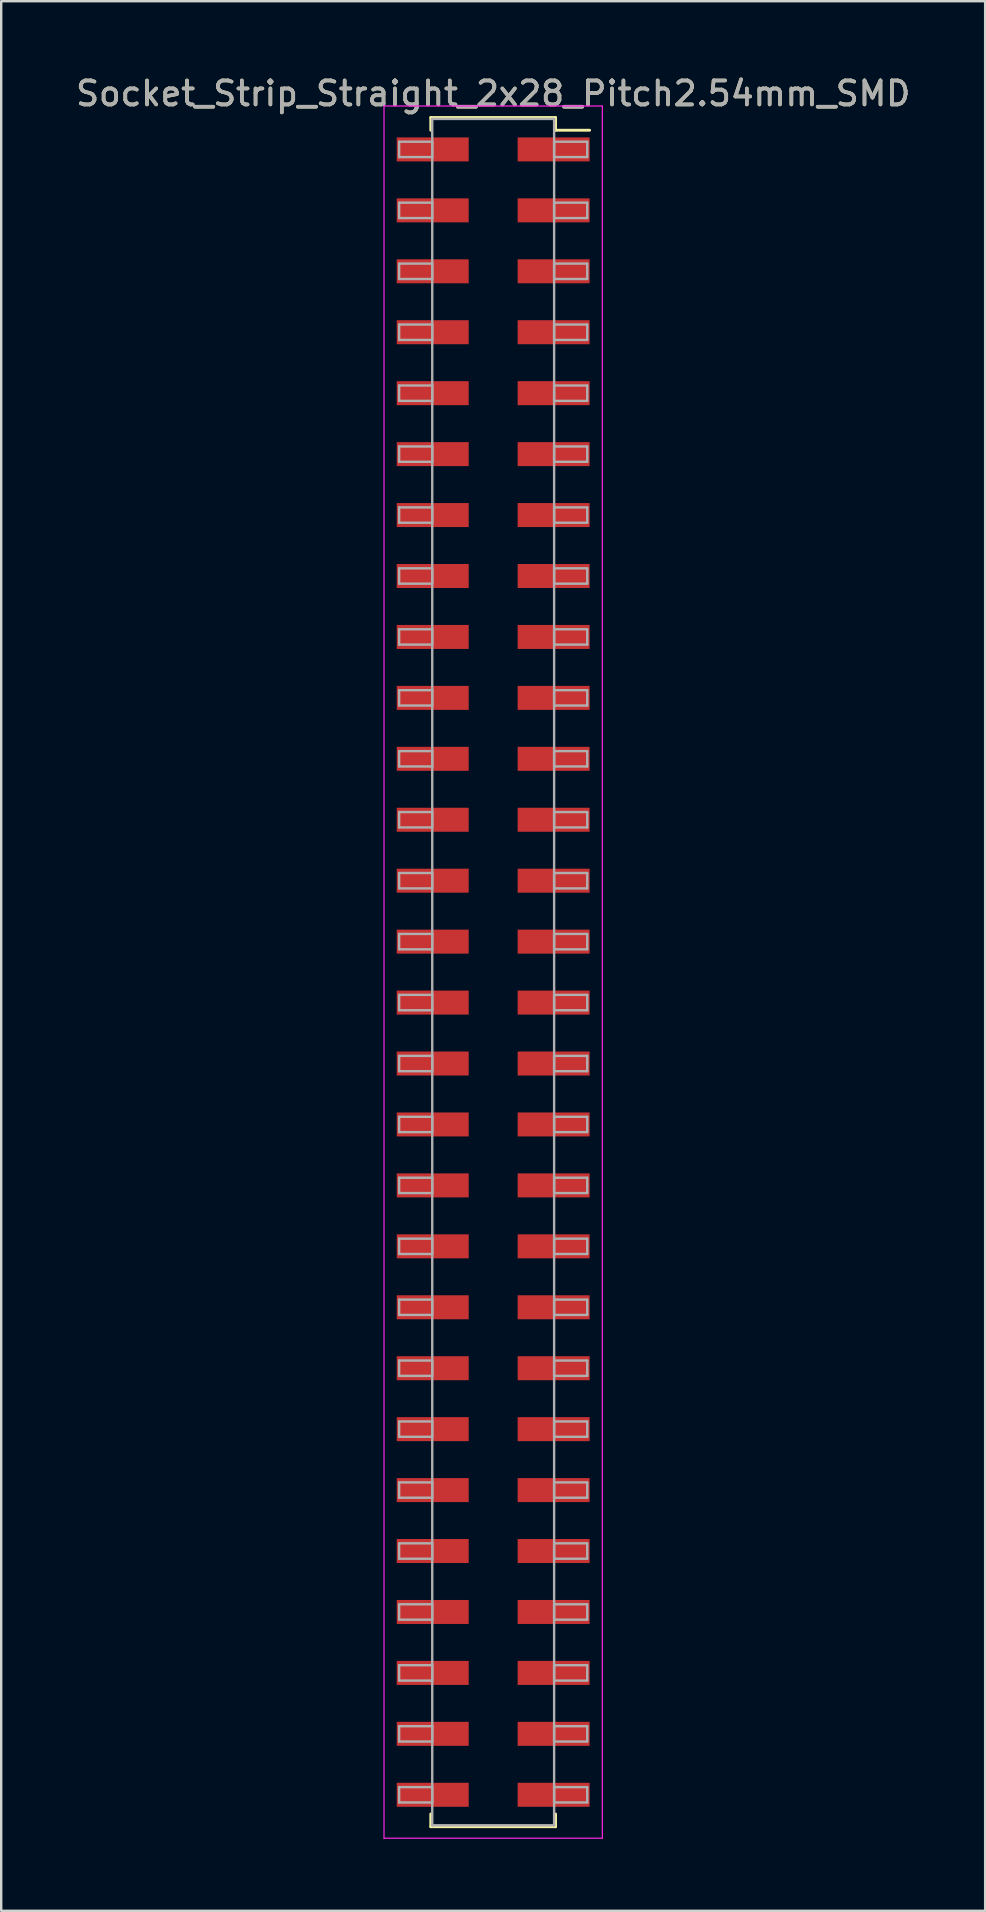
<source format=kicad_pcb>
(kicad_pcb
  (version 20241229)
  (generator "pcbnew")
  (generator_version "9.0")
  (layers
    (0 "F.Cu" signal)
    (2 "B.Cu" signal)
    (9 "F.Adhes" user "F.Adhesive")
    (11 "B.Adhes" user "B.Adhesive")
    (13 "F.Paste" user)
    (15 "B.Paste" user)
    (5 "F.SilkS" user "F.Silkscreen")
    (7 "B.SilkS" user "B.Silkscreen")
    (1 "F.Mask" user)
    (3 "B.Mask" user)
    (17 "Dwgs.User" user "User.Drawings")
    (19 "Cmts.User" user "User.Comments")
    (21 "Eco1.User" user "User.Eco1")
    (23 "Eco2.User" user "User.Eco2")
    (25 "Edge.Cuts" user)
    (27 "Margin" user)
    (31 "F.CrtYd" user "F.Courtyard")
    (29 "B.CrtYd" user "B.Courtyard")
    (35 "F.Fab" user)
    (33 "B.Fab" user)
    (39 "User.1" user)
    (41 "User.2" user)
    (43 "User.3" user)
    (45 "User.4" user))
  (footprint "Socket_Strip_Straight_2x28_Pitch2.54mm_SMD"
    (layer "F.Cu")
    (at 17.506 37.468)
    (property "Reference" "Socket_Strip_Straight_2x28_Pitch2.54mm_SMD" (at 0 -36.62 0) (layer "F.SilkS") (effects (font (size 1 1) (thickness 0.15))))
    (attr smd)
    (fp_line (start -2.6 -35.62) (end 2.6 -35.62) (stroke (width 0.12) (type solid)) (layer "F.SilkS"))
    (fp_line (start -2.6 -35.09) (end -2.6 -35.62) (stroke (width 0.12) (type solid)) (layer "F.SilkS"))
    (fp_line (start -2.6 35.09) (end -2.6 35.62) (stroke (width 0.12) (type solid)) (layer "F.SilkS"))
    (fp_line (start -2.6 35.62) (end 2.6 35.62) (stroke (width 0.12) (type solid)) (layer "F.SilkS"))
    (fp_line (start 2.6 -35.62) (end 2.6 -35.09) (stroke (width 0.12) (type solid)) (layer "F.SilkS"))
    (fp_line (start 2.6 35.62) (end 2.6 35.09) (stroke (width 0.12) (type solid)) (layer "F.SilkS"))
    (fp_line (start 4.02 -35.09) (end 2.6 -35.09) (stroke (width 0.12) (type solid)) (layer "F.SilkS"))
    (fp_line (start -4.55 -36.1) (end -4.55 36.1) (stroke (width 0.05) (type solid)) (layer "F.CrtYd"))
    (fp_line (start -4.55 36.1) (end 4.55 36.1) (stroke (width 0.05) (type solid)) (layer "F.CrtYd"))
    (fp_line (start 4.55 -36.1) (end -4.55 -36.1) (stroke (width 0.05) (type solid)) (layer "F.CrtYd"))
    (fp_line (start 4.55 36.1) (end 4.55 -36.1) (stroke (width 0.05) (type solid)) (layer "F.CrtYd"))
    (fp_line (start -3.92 -34.61) (end -2.54 -34.61) (stroke (width 0.1) (type solid)) (layer "F.Fab"))
    (fp_line (start -3.92 -33.97) (end -3.92 -34.61) (stroke (width 0.1) (type solid)) (layer "F.Fab"))
    (fp_line (start -3.92 -32.07) (end -2.54 -32.07) (stroke (width 0.1) (type solid)) (layer "F.Fab"))
    (fp_line (start -3.92 -31.43) (end -3.92 -32.07) (stroke (width 0.1) (type solid)) (layer "F.Fab"))
    (fp_line (start -3.92 -29.53) (end -2.54 -29.53) (stroke (width 0.1) (type solid)) (layer "F.Fab"))
    (fp_line (start -3.92 -28.89) (end -3.92 -29.53) (stroke (width 0.1) (type solid)) (layer "F.Fab"))
    (fp_line (start -3.92 -26.99) (end -2.54 -26.99) (stroke (width 0.1) (type solid)) (layer "F.Fab"))
    (fp_line (start -3.92 -26.35) (end -3.92 -26.99) (stroke (width 0.1) (type solid)) (layer "F.Fab"))
    (fp_line (start -3.92 -24.45) (end -2.54 -24.45) (stroke (width 0.1) (type solid)) (layer "F.Fab"))
    (fp_line (start -3.92 -23.81) (end -3.92 -24.45) (stroke (width 0.1) (type solid)) (layer "F.Fab"))
    (fp_line (start -3.92 -21.91) (end -2.54 -21.91) (stroke (width 0.1) (type solid)) (layer "F.Fab"))
    (fp_line (start -3.92 -21.27) (end -3.92 -21.91) (stroke (width 0.1) (type solid)) (layer "F.Fab"))
    (fp_line (start -3.92 -19.37) (end -2.54 -19.37) (stroke (width 0.1) (type solid)) (layer "F.Fab"))
    (fp_line (start -3.92 -18.73) (end -3.92 -19.37) (stroke (width 0.1) (type solid)) (layer "F.Fab"))
    (fp_line (start -3.92 -16.83) (end -2.54 -16.83) (stroke (width 0.1) (type solid)) (layer "F.Fab"))
    (fp_line (start -3.92 -16.19) (end -3.92 -16.83) (stroke (width 0.1) (type solid)) (layer "F.Fab"))
    (fp_line (start -3.92 -14.29) (end -2.54 -14.29) (stroke (width 0.1) (type solid)) (layer "F.Fab"))
    (fp_line (start -3.92 -13.65) (end -3.92 -14.29) (stroke (width 0.1) (type solid)) (layer "F.Fab"))
    (fp_line (start -3.92 -11.75) (end -2.54 -11.75) (stroke (width 0.1) (type solid)) (layer "F.Fab"))
    (fp_line (start -3.92 -11.11) (end -3.92 -11.75) (stroke (width 0.1) (type solid)) (layer "F.Fab"))
    (fp_line (start -3.92 -9.21) (end -2.54 -9.21) (stroke (width 0.1) (type solid)) (layer "F.Fab"))
    (fp_line (start -3.92 -8.57) (end -3.92 -9.21) (stroke (width 0.1) (type solid)) (layer "F.Fab"))
    (fp_line (start -3.92 -6.67) (end -2.54 -6.67) (stroke (width 0.1) (type solid)) (layer "F.Fab"))
    (fp_line (start -3.92 -6.03) (end -3.92 -6.67) (stroke (width 0.1) (type solid)) (layer "F.Fab"))
    (fp_line (start -3.92 -4.13) (end -2.54 -4.13) (stroke (width 0.1) (type solid)) (layer "F.Fab"))
    (fp_line (start -3.92 -3.49) (end -3.92 -4.13) (stroke (width 0.1) (type solid)) (layer "F.Fab"))
    (fp_line (start -3.92 -1.59) (end -2.54 -1.59) (stroke (width 0.1) (type solid)) (layer "F.Fab"))
    (fp_line (start -3.92 -0.95) (end -3.92 -1.59) (stroke (width 0.1) (type solid)) (layer "F.Fab"))
    (fp_line (start -3.92 0.95) (end -2.54 0.95) (stroke (width 0.1) (type solid)) (layer "F.Fab"))
    (fp_line (start -3.92 1.59) (end -3.92 0.95) (stroke (width 0.1) (type solid)) (layer "F.Fab"))
    (fp_line (start -3.92 3.49) (end -2.54 3.49) (stroke (width 0.1) (type solid)) (layer "F.Fab"))
    (fp_line (start -3.92 4.13) (end -3.92 3.49) (stroke (width 0.1) (type solid)) (layer "F.Fab"))
    (fp_line (start -3.92 6.03) (end -2.54 6.03) (stroke (width 0.1) (type solid)) (layer "F.Fab"))
    (fp_line (start -3.92 6.67) (end -3.92 6.03) (stroke (width 0.1) (type solid)) (layer "F.Fab"))
    (fp_line (start -3.92 8.57) (end -2.54 8.57) (stroke (width 0.1) (type solid)) (layer "F.Fab"))
    (fp_line (start -3.92 9.21) (end -3.92 8.57) (stroke (width 0.1) (type solid)) (layer "F.Fab"))
    (fp_line (start -3.92 11.11) (end -2.54 11.11) (stroke (width 0.1) (type solid)) (layer "F.Fab"))
    (fp_line (start -3.92 11.75) (end -3.92 11.11) (stroke (width 0.1) (type solid)) (layer "F.Fab"))
    (fp_line (start -3.92 13.65) (end -2.54 13.65) (stroke (width 0.1) (type solid)) (layer "F.Fab"))
    (fp_line (start -3.92 14.29) (end -3.92 13.65) (stroke (width 0.1) (type solid)) (layer "F.Fab"))
    (fp_line (start -3.92 16.19) (end -2.54 16.19) (stroke (width 0.1) (type solid)) (layer "F.Fab"))
    (fp_line (start -3.92 16.83) (end -3.92 16.19) (stroke (width 0.1) (type solid)) (layer "F.Fab"))
    (fp_line (start -3.92 18.73) (end -2.54 18.73) (stroke (width 0.1) (type solid)) (layer "F.Fab"))
    (fp_line (start -3.92 19.37) (end -3.92 18.73) (stroke (width 0.1) (type solid)) (layer "F.Fab"))
    (fp_line (start -3.92 21.27) (end -2.54 21.27) (stroke (width 0.1) (type solid)) (layer "F.Fab"))
    (fp_line (start -3.92 21.91) (end -3.92 21.27) (stroke (width 0.1) (type solid)) (layer "F.Fab"))
    (fp_line (start -3.92 23.81) (end -2.54 23.81) (stroke (width 0.1) (type solid)) (layer "F.Fab"))
    (fp_line (start -3.92 24.45) (end -3.92 23.81) (stroke (width 0.1) (type solid)) (layer "F.Fab"))
    (fp_line (start -3.92 26.35) (end -2.54 26.35) (stroke (width 0.1) (type solid)) (layer "F.Fab"))
    (fp_line (start -3.92 26.99) (end -3.92 26.35) (stroke (width 0.1) (type solid)) (layer "F.Fab"))
    (fp_line (start -3.92 28.89) (end -2.54 28.89) (stroke (width 0.1) (type solid)) (layer "F.Fab"))
    (fp_line (start -3.92 29.53) (end -3.92 28.89) (stroke (width 0.1) (type solid)) (layer "F.Fab"))
    (fp_line (start -3.92 31.43) (end -2.54 31.43) (stroke (width 0.1) (type solid)) (layer "F.Fab"))
    (fp_line (start -3.92 32.07) (end -3.92 31.43) (stroke (width 0.1) (type solid)) (layer "F.Fab"))
    (fp_line (start -3.92 33.97) (end -2.54 33.97) (stroke (width 0.1) (type solid)) (layer "F.Fab"))
    (fp_line (start -3.92 34.61) (end -3.92 33.97) (stroke (width 0.1) (type solid)) (layer "F.Fab"))
    (fp_line (start -2.54 -35.56) (end -2.54 35.56) (stroke (width 0.1) (type solid)) (layer "F.Fab"))
    (fp_line (start -2.54 -34.61) (end -2.54 -33.97) (stroke (width 0.1) (type solid)) (layer "F.Fab"))
    (fp_line (start -2.54 -33.97) (end -3.92 -33.97) (stroke (width 0.1) (type solid)) (layer "F.Fab"))
    (fp_line (start -2.54 -32.07) (end -2.54 -31.43) (stroke (width 0.1) (type solid)) (layer "F.Fab"))
    (fp_line (start -2.54 -31.43) (end -3.92 -31.43) (stroke (width 0.1) (type solid)) (layer "F.Fab"))
    (fp_line (start -2.54 -29.53) (end -2.54 -28.89) (stroke (width 0.1) (type solid)) (layer "F.Fab"))
    (fp_line (start -2.54 -28.89) (end -3.92 -28.89) (stroke (width 0.1) (type solid)) (layer "F.Fab"))
    (fp_line (start -2.54 -26.99) (end -2.54 -26.35) (stroke (width 0.1) (type solid)) (layer "F.Fab"))
    (fp_line (start -2.54 -26.35) (end -3.92 -26.35) (stroke (width 0.1) (type solid)) (layer "F.Fab"))
    (fp_line (start -2.54 -24.45) (end -2.54 -23.81) (stroke (width 0.1) (type solid)) (layer "F.Fab"))
    (fp_line (start -2.54 -23.81) (end -3.92 -23.81) (stroke (width 0.1) (type solid)) (layer "F.Fab"))
    (fp_line (start -2.54 -21.91) (end -2.54 -21.27) (stroke (width 0.1) (type solid)) (layer "F.Fab"))
    (fp_line (start -2.54 -21.27) (end -3.92 -21.27) (stroke (width 0.1) (type solid)) (layer "F.Fab"))
    (fp_line (start -2.54 -19.37) (end -2.54 -18.73) (stroke (width 0.1) (type solid)) (layer "F.Fab"))
    (fp_line (start -2.54 -18.73) (end -3.92 -18.73) (stroke (width 0.1) (type solid)) (layer "F.Fab"))
    (fp_line (start -2.54 -16.83) (end -2.54 -16.19) (stroke (width 0.1) (type solid)) (layer "F.Fab"))
    (fp_line (start -2.54 -16.19) (end -3.92 -16.19) (stroke (width 0.1) (type solid)) (layer "F.Fab"))
    (fp_line (start -2.54 -14.29) (end -2.54 -13.65) (stroke (width 0.1) (type solid)) (layer "F.Fab"))
    (fp_line (start -2.54 -13.65) (end -3.92 -13.65) (stroke (width 0.1) (type solid)) (layer "F.Fab"))
    (fp_line (start -2.54 -11.75) (end -2.54 -11.11) (stroke (width 0.1) (type solid)) (layer "F.Fab"))
    (fp_line (start -2.54 -11.11) (end -3.92 -11.11) (stroke (width 0.1) (type solid)) (layer "F.Fab"))
    (fp_line (start -2.54 -9.21) (end -2.54 -8.57) (stroke (width 0.1) (type solid)) (layer "F.Fab"))
    (fp_line (start -2.54 -8.57) (end -3.92 -8.57) (stroke (width 0.1) (type solid)) (layer "F.Fab"))
    (fp_line (start -2.54 -6.67) (end -2.54 -6.03) (stroke (width 0.1) (type solid)) (layer "F.Fab"))
    (fp_line (start -2.54 -6.03) (end -3.92 -6.03) (stroke (width 0.1) (type solid)) (layer "F.Fab"))
    (fp_line (start -2.54 -4.13) (end -2.54 -3.49) (stroke (width 0.1) (type solid)) (layer "F.Fab"))
    (fp_line (start -2.54 -3.49) (end -3.92 -3.49) (stroke (width 0.1) (type solid)) (layer "F.Fab"))
    (fp_line (start -2.54 -1.59) (end -2.54 -0.95) (stroke (width 0.1) (type solid)) (layer "F.Fab"))
    (fp_line (start -2.54 -0.95) (end -3.92 -0.95) (stroke (width 0.1) (type solid)) (layer "F.Fab"))
    (fp_line (start -2.54 0.95) (end -2.54 1.59) (stroke (width 0.1) (type solid)) (layer "F.Fab"))
    (fp_line (start -2.54 1.59) (end -3.92 1.59) (stroke (width 0.1) (type solid)) (layer "F.Fab"))
    (fp_line (start -2.54 3.49) (end -2.54 4.13) (stroke (width 0.1) (type solid)) (layer "F.Fab"))
    (fp_line (start -2.54 4.13) (end -3.92 4.13) (stroke (width 0.1) (type solid)) (layer "F.Fab"))
    (fp_line (start -2.54 6.03) (end -2.54 6.67) (stroke (width 0.1) (type solid)) (layer "F.Fab"))
    (fp_line (start -2.54 6.67) (end -3.92 6.67) (stroke (width 0.1) (type solid)) (layer "F.Fab"))
    (fp_line (start -2.54 8.57) (end -2.54 9.21) (stroke (width 0.1) (type solid)) (layer "F.Fab"))
    (fp_line (start -2.54 9.21) (end -3.92 9.21) (stroke (width 0.1) (type solid)) (layer "F.Fab"))
    (fp_line (start -2.54 11.11) (end -2.54 11.75) (stroke (width 0.1) (type solid)) (layer "F.Fab"))
    (fp_line (start -2.54 11.75) (end -3.92 11.75) (stroke (width 0.1) (type solid)) (layer "F.Fab"))
    (fp_line (start -2.54 13.65) (end -2.54 14.29) (stroke (width 0.1) (type solid)) (layer "F.Fab"))
    (fp_line (start -2.54 14.29) (end -3.92 14.29) (stroke (width 0.1) (type solid)) (layer "F.Fab"))
    (fp_line (start -2.54 16.19) (end -2.54 16.83) (stroke (width 0.1) (type solid)) (layer "F.Fab"))
    (fp_line (start -2.54 16.83) (end -3.92 16.83) (stroke (width 0.1) (type solid)) (layer "F.Fab"))
    (fp_line (start -2.54 18.73) (end -2.54 19.37) (stroke (width 0.1) (type solid)) (layer "F.Fab"))
    (fp_line (start -2.54 19.37) (end -3.92 19.37) (stroke (width 0.1) (type solid)) (layer "F.Fab"))
    (fp_line (start -2.54 21.27) (end -2.54 21.91) (stroke (width 0.1) (type solid)) (layer "F.Fab"))
    (fp_line (start -2.54 21.91) (end -3.92 21.91) (stroke (width 0.1) (type solid)) (layer "F.Fab"))
    (fp_line (start -2.54 23.81) (end -2.54 24.45) (stroke (width 0.1) (type solid)) (layer "F.Fab"))
    (fp_line (start -2.54 24.45) (end -3.92 24.45) (stroke (width 0.1) (type solid)) (layer "F.Fab"))
    (fp_line (start -2.54 26.35) (end -2.54 26.99) (stroke (width 0.1) (type solid)) (layer "F.Fab"))
    (fp_line (start -2.54 26.99) (end -3.92 26.99) (stroke (width 0.1) (type solid)) (layer "F.Fab"))
    (fp_line (start -2.54 28.89) (end -2.54 29.53) (stroke (width 0.1) (type solid)) (layer "F.Fab"))
    (fp_line (start -2.54 29.53) (end -3.92 29.53) (stroke (width 0.1) (type solid)) (layer "F.Fab"))
    (fp_line (start -2.54 31.43) (end -2.54 32.07) (stroke (width 0.1) (type solid)) (layer "F.Fab"))
    (fp_line (start -2.54 32.07) (end -3.92 32.07) (stroke (width 0.1) (type solid)) (layer "F.Fab"))
    (fp_line (start -2.54 33.97) (end -2.54 34.61) (stroke (width 0.1) (type solid)) (layer "F.Fab"))
    (fp_line (start -2.54 34.61) (end -3.92 34.61) (stroke (width 0.1) (type solid)) (layer "F.Fab"))
    (fp_line (start -2.54 35.56) (end 2.54 35.56) (stroke (width 0.1) (type solid)) (layer "F.Fab"))
    (fp_line (start 2.54 -35.56) (end -2.54 -35.56) (stroke (width 0.1) (type solid)) (layer "F.Fab"))
    (fp_line (start 2.54 -34.61) (end 2.54 -33.97) (stroke (width 0.1) (type solid)) (layer "F.Fab"))
    (fp_line (start 2.54 -33.97) (end 3.92 -33.97) (stroke (width 0.1) (type solid)) (layer "F.Fab"))
    (fp_line (start 2.54 -32.07) (end 2.54 -31.43) (stroke (width 0.1) (type solid)) (layer "F.Fab"))
    (fp_line (start 2.54 -31.43) (end 3.92 -31.43) (stroke (width 0.1) (type solid)) (layer "F.Fab"))
    (fp_line (start 2.54 -29.53) (end 2.54 -28.89) (stroke (width 0.1) (type solid)) (layer "F.Fab"))
    (fp_line (start 2.54 -28.89) (end 3.92 -28.89) (stroke (width 0.1) (type solid)) (layer "F.Fab"))
    (fp_line (start 2.54 -26.99) (end 2.54 -26.35) (stroke (width 0.1) (type solid)) (layer "F.Fab"))
    (fp_line (start 2.54 -26.35) (end 3.92 -26.35) (stroke (width 0.1) (type solid)) (layer "F.Fab"))
    (fp_line (start 2.54 -24.45) (end 2.54 -23.81) (stroke (width 0.1) (type solid)) (layer "F.Fab"))
    (fp_line (start 2.54 -23.81) (end 3.92 -23.81) (stroke (width 0.1) (type solid)) (layer "F.Fab"))
    (fp_line (start 2.54 -21.91) (end 2.54 -21.27) (stroke (width 0.1) (type solid)) (layer "F.Fab"))
    (fp_line (start 2.54 -21.27) (end 3.92 -21.27) (stroke (width 0.1) (type solid)) (layer "F.Fab"))
    (fp_line (start 2.54 -19.37) (end 2.54 -18.73) (stroke (width 0.1) (type solid)) (layer "F.Fab"))
    (fp_line (start 2.54 -18.73) (end 3.92 -18.73) (stroke (width 0.1) (type solid)) (layer "F.Fab"))
    (fp_line (start 2.54 -16.83) (end 2.54 -16.19) (stroke (width 0.1) (type solid)) (layer "F.Fab"))
    (fp_line (start 2.54 -16.19) (end 3.92 -16.19) (stroke (width 0.1) (type solid)) (layer "F.Fab"))
    (fp_line (start 2.54 -14.29) (end 2.54 -13.65) (stroke (width 0.1) (type solid)) (layer "F.Fab"))
    (fp_line (start 2.54 -13.65) (end 3.92 -13.65) (stroke (width 0.1) (type solid)) (layer "F.Fab"))
    (fp_line (start 2.54 -11.75) (end 2.54 -11.11) (stroke (width 0.1) (type solid)) (layer "F.Fab"))
    (fp_line (start 2.54 -11.11) (end 3.92 -11.11) (stroke (width 0.1) (type solid)) (layer "F.Fab"))
    (fp_line (start 2.54 -9.21) (end 2.54 -8.57) (stroke (width 0.1) (type solid)) (layer "F.Fab"))
    (fp_line (start 2.54 -8.57) (end 3.92 -8.57) (stroke (width 0.1) (type solid)) (layer "F.Fab"))
    (fp_line (start 2.54 -6.67) (end 2.54 -6.03) (stroke (width 0.1) (type solid)) (layer "F.Fab"))
    (fp_line (start 2.54 -6.03) (end 3.92 -6.03) (stroke (width 0.1) (type solid)) (layer "F.Fab"))
    (fp_line (start 2.54 -4.13) (end 2.54 -3.49) (stroke (width 0.1) (type solid)) (layer "F.Fab"))
    (fp_line (start 2.54 -3.49) (end 3.92 -3.49) (stroke (width 0.1) (type solid)) (layer "F.Fab"))
    (fp_line (start 2.54 -1.59) (end 2.54 -0.95) (stroke (width 0.1) (type solid)) (layer "F.Fab"))
    (fp_line (start 2.54 -0.95) (end 3.92 -0.95) (stroke (width 0.1) (type solid)) (layer "F.Fab"))
    (fp_line (start 2.54 0.95) (end 2.54 1.59) (stroke (width 0.1) (type solid)) (layer "F.Fab"))
    (fp_line (start 2.54 1.59) (end 3.92 1.59) (stroke (width 0.1) (type solid)) (layer "F.Fab"))
    (fp_line (start 2.54 3.49) (end 2.54 4.13) (stroke (width 0.1) (type solid)) (layer "F.Fab"))
    (fp_line (start 2.54 4.13) (end 3.92 4.13) (stroke (width 0.1) (type solid)) (layer "F.Fab"))
    (fp_line (start 2.54 6.03) (end 2.54 6.67) (stroke (width 0.1) (type solid)) (layer "F.Fab"))
    (fp_line (start 2.54 6.67) (end 3.92 6.67) (stroke (width 0.1) (type solid)) (layer "F.Fab"))
    (fp_line (start 2.54 8.57) (end 2.54 9.21) (stroke (width 0.1) (type solid)) (layer "F.Fab"))
    (fp_line (start 2.54 9.21) (end 3.92 9.21) (stroke (width 0.1) (type solid)) (layer "F.Fab"))
    (fp_line (start 2.54 11.11) (end 2.54 11.75) (stroke (width 0.1) (type solid)) (layer "F.Fab"))
    (fp_line (start 2.54 11.75) (end 3.92 11.75) (stroke (width 0.1) (type solid)) (layer "F.Fab"))
    (fp_line (start 2.54 13.65) (end 2.54 14.29) (stroke (width 0.1) (type solid)) (layer "F.Fab"))
    (fp_line (start 2.54 14.29) (end 3.92 14.29) (stroke (width 0.1) (type solid)) (layer "F.Fab"))
    (fp_line (start 2.54 16.19) (end 2.54 16.83) (stroke (width 0.1) (type solid)) (layer "F.Fab"))
    (fp_line (start 2.54 16.83) (end 3.92 16.83) (stroke (width 0.1) (type solid)) (layer "F.Fab"))
    (fp_line (start 2.54 18.73) (end 2.54 19.37) (stroke (width 0.1) (type solid)) (layer "F.Fab"))
    (fp_line (start 2.54 19.37) (end 3.92 19.37) (stroke (width 0.1) (type solid)) (layer "F.Fab"))
    (fp_line (start 2.54 21.27) (end 2.54 21.91) (stroke (width 0.1) (type solid)) (layer "F.Fab"))
    (fp_line (start 2.54 21.91) (end 3.92 21.91) (stroke (width 0.1) (type solid)) (layer "F.Fab"))
    (fp_line (start 2.54 23.81) (end 2.54 24.45) (stroke (width 0.1) (type solid)) (layer "F.Fab"))
    (fp_line (start 2.54 24.45) (end 3.92 24.45) (stroke (width 0.1) (type solid)) (layer "F.Fab"))
    (fp_line (start 2.54 26.35) (end 2.54 26.99) (stroke (width 0.1) (type solid)) (layer "F.Fab"))
    (fp_line (start 2.54 26.99) (end 3.92 26.99) (stroke (width 0.1) (type solid)) (layer "F.Fab"))
    (fp_line (start 2.54 28.89) (end 2.54 29.53) (stroke (width 0.1) (type solid)) (layer "F.Fab"))
    (fp_line (start 2.54 29.53) (end 3.92 29.53) (stroke (width 0.1) (type solid)) (layer "F.Fab"))
    (fp_line (start 2.54 31.43) (end 2.54 32.07) (stroke (width 0.1) (type solid)) (layer "F.Fab"))
    (fp_line (start 2.54 32.07) (end 3.92 32.07) (stroke (width 0.1) (type solid)) (layer "F.Fab"))
    (fp_line (start 2.54 33.97) (end 2.54 34.61) (stroke (width 0.1) (type solid)) (layer "F.Fab"))
    (fp_line (start 2.54 34.61) (end 3.92 34.61) (stroke (width 0.1) (type solid)) (layer "F.Fab"))
    (fp_line (start 2.54 35.56) (end 2.54 -35.56) (stroke (width 0.1) (type solid)) (layer "F.Fab"))
    (fp_line (start 3.92 -34.61) (end 2.54 -34.61) (stroke (width 0.1) (type solid)) (layer "F.Fab"))
    (fp_line (start 3.92 -33.97) (end 3.92 -34.61) (stroke (width 0.1) (type solid)) (layer "F.Fab"))
    (fp_line (start 3.92 -32.07) (end 2.54 -32.07) (stroke (width 0.1) (type solid)) (layer "F.Fab"))
    (fp_line (start 3.92 -31.43) (end 3.92 -32.07) (stroke (width 0.1) (type solid)) (layer "F.Fab"))
    (fp_line (start 3.92 -29.53) (end 2.54 -29.53) (stroke (width 0.1) (type solid)) (layer "F.Fab"))
    (fp_line (start 3.92 -28.89) (end 3.92 -29.53) (stroke (width 0.1) (type solid)) (layer "F.Fab"))
    (fp_line (start 3.92 -26.99) (end 2.54 -26.99) (stroke (width 0.1) (type solid)) (layer "F.Fab"))
    (fp_line (start 3.92 -26.35) (end 3.92 -26.99) (stroke (width 0.1) (type solid)) (layer "F.Fab"))
    (fp_line (start 3.92 -24.45) (end 2.54 -24.45) (stroke (width 0.1) (type solid)) (layer "F.Fab"))
    (fp_line (start 3.92 -23.81) (end 3.92 -24.45) (stroke (width 0.1) (type solid)) (layer "F.Fab"))
    (fp_line (start 3.92 -21.91) (end 2.54 -21.91) (stroke (width 0.1) (type solid)) (layer "F.Fab"))
    (fp_line (start 3.92 -21.27) (end 3.92 -21.91) (stroke (width 0.1) (type solid)) (layer "F.Fab"))
    (fp_line (start 3.92 -19.37) (end 2.54 -19.37) (stroke (width 0.1) (type solid)) (layer "F.Fab"))
    (fp_line (start 3.92 -18.73) (end 3.92 -19.37) (stroke (width 0.1) (type solid)) (layer "F.Fab"))
    (fp_line (start 3.92 -16.83) (end 2.54 -16.83) (stroke (width 0.1) (type solid)) (layer "F.Fab"))
    (fp_line (start 3.92 -16.19) (end 3.92 -16.83) (stroke (width 0.1) (type solid)) (layer "F.Fab"))
    (fp_line (start 3.92 -14.29) (end 2.54 -14.29) (stroke (width 0.1) (type solid)) (layer "F.Fab"))
    (fp_line (start 3.92 -13.65) (end 3.92 -14.29) (stroke (width 0.1) (type solid)) (layer "F.Fab"))
    (fp_line (start 3.92 -11.75) (end 2.54 -11.75) (stroke (width 0.1) (type solid)) (layer "F.Fab"))
    (fp_line (start 3.92 -11.11) (end 3.92 -11.75) (stroke (width 0.1) (type solid)) (layer "F.Fab"))
    (fp_line (start 3.92 -9.21) (end 2.54 -9.21) (stroke (width 0.1) (type solid)) (layer "F.Fab"))
    (fp_line (start 3.92 -8.57) (end 3.92 -9.21) (stroke (width 0.1) (type solid)) (layer "F.Fab"))
    (fp_line (start 3.92 -6.67) (end 2.54 -6.67) (stroke (width 0.1) (type solid)) (layer "F.Fab"))
    (fp_line (start 3.92 -6.03) (end 3.92 -6.67) (stroke (width 0.1) (type solid)) (layer "F.Fab"))
    (fp_line (start 3.92 -4.13) (end 2.54 -4.13) (stroke (width 0.1) (type solid)) (layer "F.Fab"))
    (fp_line (start 3.92 -3.49) (end 3.92 -4.13) (stroke (width 0.1) (type solid)) (layer "F.Fab"))
    (fp_line (start 3.92 -1.59) (end 2.54 -1.59) (stroke (width 0.1) (type solid)) (layer "F.Fab"))
    (fp_line (start 3.92 -0.95) (end 3.92 -1.59) (stroke (width 0.1) (type solid)) (layer "F.Fab"))
    (fp_line (start 3.92 0.95) (end 2.54 0.95) (stroke (width 0.1) (type solid)) (layer "F.Fab"))
    (fp_line (start 3.92 1.59) (end 3.92 0.95) (stroke (width 0.1) (type solid)) (layer "F.Fab"))
    (fp_line (start 3.92 3.49) (end 2.54 3.49) (stroke (width 0.1) (type solid)) (layer "F.Fab"))
    (fp_line (start 3.92 4.13) (end 3.92 3.49) (stroke (width 0.1) (type solid)) (layer "F.Fab"))
    (fp_line (start 3.92 6.03) (end 2.54 6.03) (stroke (width 0.1) (type solid)) (layer "F.Fab"))
    (fp_line (start 3.92 6.67) (end 3.92 6.03) (stroke (width 0.1) (type solid)) (layer "F.Fab"))
    (fp_line (start 3.92 8.57) (end 2.54 8.57) (stroke (width 0.1) (type solid)) (layer "F.Fab"))
    (fp_line (start 3.92 9.21) (end 3.92 8.57) (stroke (width 0.1) (type solid)) (layer "F.Fab"))
    (fp_line (start 3.92 11.11) (end 2.54 11.11) (stroke (width 0.1) (type solid)) (layer "F.Fab"))
    (fp_line (start 3.92 11.75) (end 3.92 11.11) (stroke (width 0.1) (type solid)) (layer "F.Fab"))
    (fp_line (start 3.92 13.65) (end 2.54 13.65) (stroke (width 0.1) (type solid)) (layer "F.Fab"))
    (fp_line (start 3.92 14.29) (end 3.92 13.65) (stroke (width 0.1) (type solid)) (layer "F.Fab"))
    (fp_line (start 3.92 16.19) (end 2.54 16.19) (stroke (width 0.1) (type solid)) (layer "F.Fab"))
    (fp_line (start 3.92 16.83) (end 3.92 16.19) (stroke (width 0.1) (type solid)) (layer "F.Fab"))
    (fp_line (start 3.92 18.73) (end 2.54 18.73) (stroke (width 0.1) (type solid)) (layer "F.Fab"))
    (fp_line (start 3.92 19.37) (end 3.92 18.73) (stroke (width 0.1) (type solid)) (layer "F.Fab"))
    (fp_line (start 3.92 21.27) (end 2.54 21.27) (stroke (width 0.1) (type solid)) (layer "F.Fab"))
    (fp_line (start 3.92 21.91) (end 3.92 21.27) (stroke (width 0.1) (type solid)) (layer "F.Fab"))
    (fp_line (start 3.92 23.81) (end 2.54 23.81) (stroke (width 0.1) (type solid)) (layer "F.Fab"))
    (fp_line (start 3.92 24.45) (end 3.92 23.81) (stroke (width 0.1) (type solid)) (layer "F.Fab"))
    (fp_line (start 3.92 26.35) (end 2.54 26.35) (stroke (width 0.1) (type solid)) (layer "F.Fab"))
    (fp_line (start 3.92 26.99) (end 3.92 26.35) (stroke (width 0.1) (type solid)) (layer "F.Fab"))
    (fp_line (start 3.92 28.89) (end 2.54 28.89) (stroke (width 0.1) (type solid)) (layer "F.Fab"))
    (fp_line (start 3.92 29.53) (end 3.92 28.89) (stroke (width 0.1) (type solid)) (layer "F.Fab"))
    (fp_line (start 3.92 31.43) (end 2.54 31.43) (stroke (width 0.1) (type solid)) (layer "F.Fab"))
    (fp_line (start 3.92 32.07) (end 3.92 31.43) (stroke (width 0.1) (type solid)) (layer "F.Fab"))
    (fp_line (start 3.92 33.97) (end 2.54 33.97) (stroke (width 0.1) (type solid)) (layer "F.Fab"))
    (fp_line (start 3.92 34.61) (end 3.92 33.97) (stroke (width 0.1) (type solid)) (layer "F.Fab"))
    (fp_text user "${REFERENCE}" (at 0 -36.62 0) (layer "F.Fab") (effects (font (size 1 1) (thickness 0.15))))
    (pad "1" smd rect (at 2.52 -34.29) (size 3 1) (layers "F.Cu" "F.Mask" "F.Paste"))
    (pad "2" smd rect (at -2.52 -34.29) (size 3 1) (layers "F.Cu" "F.Mask" "F.Paste"))
    (pad "3" smd rect (at 2.52 -31.75) (size 3 1) (layers "F.Cu" "F.Mask" "F.Paste"))
    (pad "4" smd rect (at -2.52 -31.75) (size 3 1) (layers "F.Cu" "F.Mask" "F.Paste"))
    (pad "5" smd rect (at 2.52 -29.21) (size 3 1) (layers "F.Cu" "F.Mask" "F.Paste"))
    (pad "6" smd rect (at -2.52 -29.21) (size 3 1) (layers "F.Cu" "F.Mask" "F.Paste"))
    (pad "7" smd rect (at 2.52 -26.67) (size 3 1) (layers "F.Cu" "F.Mask" "F.Paste"))
    (pad "8" smd rect (at -2.52 -26.67) (size 3 1) (layers "F.Cu" "F.Mask" "F.Paste"))
    (pad "9" smd rect (at 2.52 -24.13) (size 3 1) (layers "F.Cu" "F.Mask" "F.Paste"))
    (pad "10" smd rect (at -2.52 -24.13) (size 3 1) (layers "F.Cu" "F.Mask" "F.Paste"))
    (pad "11" smd rect (at 2.52 -21.59) (size 3 1) (layers "F.Cu" "F.Mask" "F.Paste"))
    (pad "12" smd rect (at -2.52 -21.59) (size 3 1) (layers "F.Cu" "F.Mask" "F.Paste"))
    (pad "13" smd rect (at 2.52 -19.05) (size 3 1) (layers "F.Cu" "F.Mask" "F.Paste"))
    (pad "14" smd rect (at -2.52 -19.05) (size 3 1) (layers "F.Cu" "F.Mask" "F.Paste"))
    (pad "15" smd rect (at 2.52 -16.51) (size 3 1) (layers "F.Cu" "F.Mask" "F.Paste"))
    (pad "16" smd rect (at -2.52 -16.51) (size 3 1) (layers "F.Cu" "F.Mask" "F.Paste"))
    (pad "17" smd rect (at 2.52 -13.97) (size 3 1) (layers "F.Cu" "F.Mask" "F.Paste"))
    (pad "18" smd rect (at -2.52 -13.97) (size 3 1) (layers "F.Cu" "F.Mask" "F.Paste"))
    (pad "19" smd rect (at 2.52 -11.43) (size 3 1) (layers "F.Cu" "F.Mask" "F.Paste"))
    (pad "20" smd rect (at -2.52 -11.43) (size 3 1) (layers "F.Cu" "F.Mask" "F.Paste"))
    (pad "21" smd rect (at 2.52 -8.89) (size 3 1) (layers "F.Cu" "F.Mask" "F.Paste"))
    (pad "22" smd rect (at -2.52 -8.89) (size 3 1) (layers "F.Cu" "F.Mask" "F.Paste"))
    (pad "23" smd rect (at 2.52 -6.35) (size 3 1) (layers "F.Cu" "F.Mask" "F.Paste"))
    (pad "24" smd rect (at -2.52 -6.35) (size 3 1) (layers "F.Cu" "F.Mask" "F.Paste"))
    (pad "25" smd rect (at 2.52 -3.81) (size 3 1) (layers "F.Cu" "F.Mask" "F.Paste"))
    (pad "26" smd rect (at -2.52 -3.81) (size 3 1) (layers "F.Cu" "F.Mask" "F.Paste"))
    (pad "27" smd rect (at 2.52 -1.27) (size 3 1) (layers "F.Cu" "F.Mask" "F.Paste"))
    (pad "28" smd rect (at -2.52 -1.27) (size 3 1) (layers "F.Cu" "F.Mask" "F.Paste"))
    (pad "29" smd rect (at 2.52 1.27) (size 3 1) (layers "F.Cu" "F.Mask" "F.Paste"))
    (pad "30" smd rect (at -2.52 1.27) (size 3 1) (layers "F.Cu" "F.Mask" "F.Paste"))
    (pad "31" smd rect (at 2.52 3.81) (size 3 1) (layers "F.Cu" "F.Mask" "F.Paste"))
    (pad "32" smd rect (at -2.52 3.81) (size 3 1) (layers "F.Cu" "F.Mask" "F.Paste"))
    (pad "33" smd rect (at 2.52 6.35) (size 3 1) (layers "F.Cu" "F.Mask" "F.Paste"))
    (pad "34" smd rect (at -2.52 6.35) (size 3 1) (layers "F.Cu" "F.Mask" "F.Paste"))
    (pad "35" smd rect (at 2.52 8.89) (size 3 1) (layers "F.Cu" "F.Mask" "F.Paste"))
    (pad "36" smd rect (at -2.52 8.89) (size 3 1) (layers "F.Cu" "F.Mask" "F.Paste"))
    (pad "37" smd rect (at 2.52 11.43) (size 3 1) (layers "F.Cu" "F.Mask" "F.Paste"))
    (pad "38" smd rect (at -2.52 11.43) (size 3 1) (layers "F.Cu" "F.Mask" "F.Paste"))
    (pad "39" smd rect (at 2.52 13.97) (size 3 1) (layers "F.Cu" "F.Mask" "F.Paste"))
    (pad "40" smd rect (at -2.52 13.97) (size 3 1) (layers "F.Cu" "F.Mask" "F.Paste"))
    (pad "41" smd rect (at 2.52 16.51) (size 3 1) (layers "F.Cu" "F.Mask" "F.Paste"))
    (pad "42" smd rect (at -2.52 16.51) (size 3 1) (layers "F.Cu" "F.Mask" "F.Paste"))
    (pad "43" smd rect (at 2.52 19.05) (size 3 1) (layers "F.Cu" "F.Mask" "F.Paste"))
    (pad "44" smd rect (at -2.52 19.05) (size 3 1) (layers "F.Cu" "F.Mask" "F.Paste"))
    (pad "45" smd rect (at 2.52 21.59) (size 3 1) (layers "F.Cu" "F.Mask" "F.Paste"))
    (pad "46" smd rect (at -2.52 21.59) (size 3 1) (layers "F.Cu" "F.Mask" "F.Paste"))
    (pad "47" smd rect (at 2.52 24.13) (size 3 1) (layers "F.Cu" "F.Mask" "F.Paste"))
    (pad "48" smd rect (at -2.52 24.13) (size 3 1) (layers "F.Cu" "F.Mask" "F.Paste"))
    (pad "49" smd rect (at 2.52 26.67) (size 3 1) (layers "F.Cu" "F.Mask" "F.Paste"))
    (pad "50" smd rect (at -2.52 26.67) (size 3 1) (layers "F.Cu" "F.Mask" "F.Paste"))
    (pad "51" smd rect (at 2.52 29.21) (size 3 1) (layers "F.Cu" "F.Mask" "F.Paste"))
    (pad "52" smd rect (at -2.52 29.21) (size 3 1) (layers "F.Cu" "F.Mask" "F.Paste"))
    (pad "53" smd rect (at 2.52 31.75) (size 3 1) (layers "F.Cu" "F.Mask" "F.Paste"))
    (pad "54" smd rect (at -2.52 31.75) (size 3 1) (layers "F.Cu" "F.Mask" "F.Paste"))
    (pad "55" smd rect (at 2.52 34.29) (size 3 1) (layers "F.Cu" "F.Mask" "F.Paste"))
    (pad "56" smd rect (at -2.52 34.29) (size 3 1) (layers "F.Cu" "F.Mask" "F.Paste")))
  (gr_rect
    (start -3 -3)
    (end 38.012 76.593)
    (stroke (width 0.1) (type default))
    (fill no)
    (layer "Edge.Cuts")))
</source>
